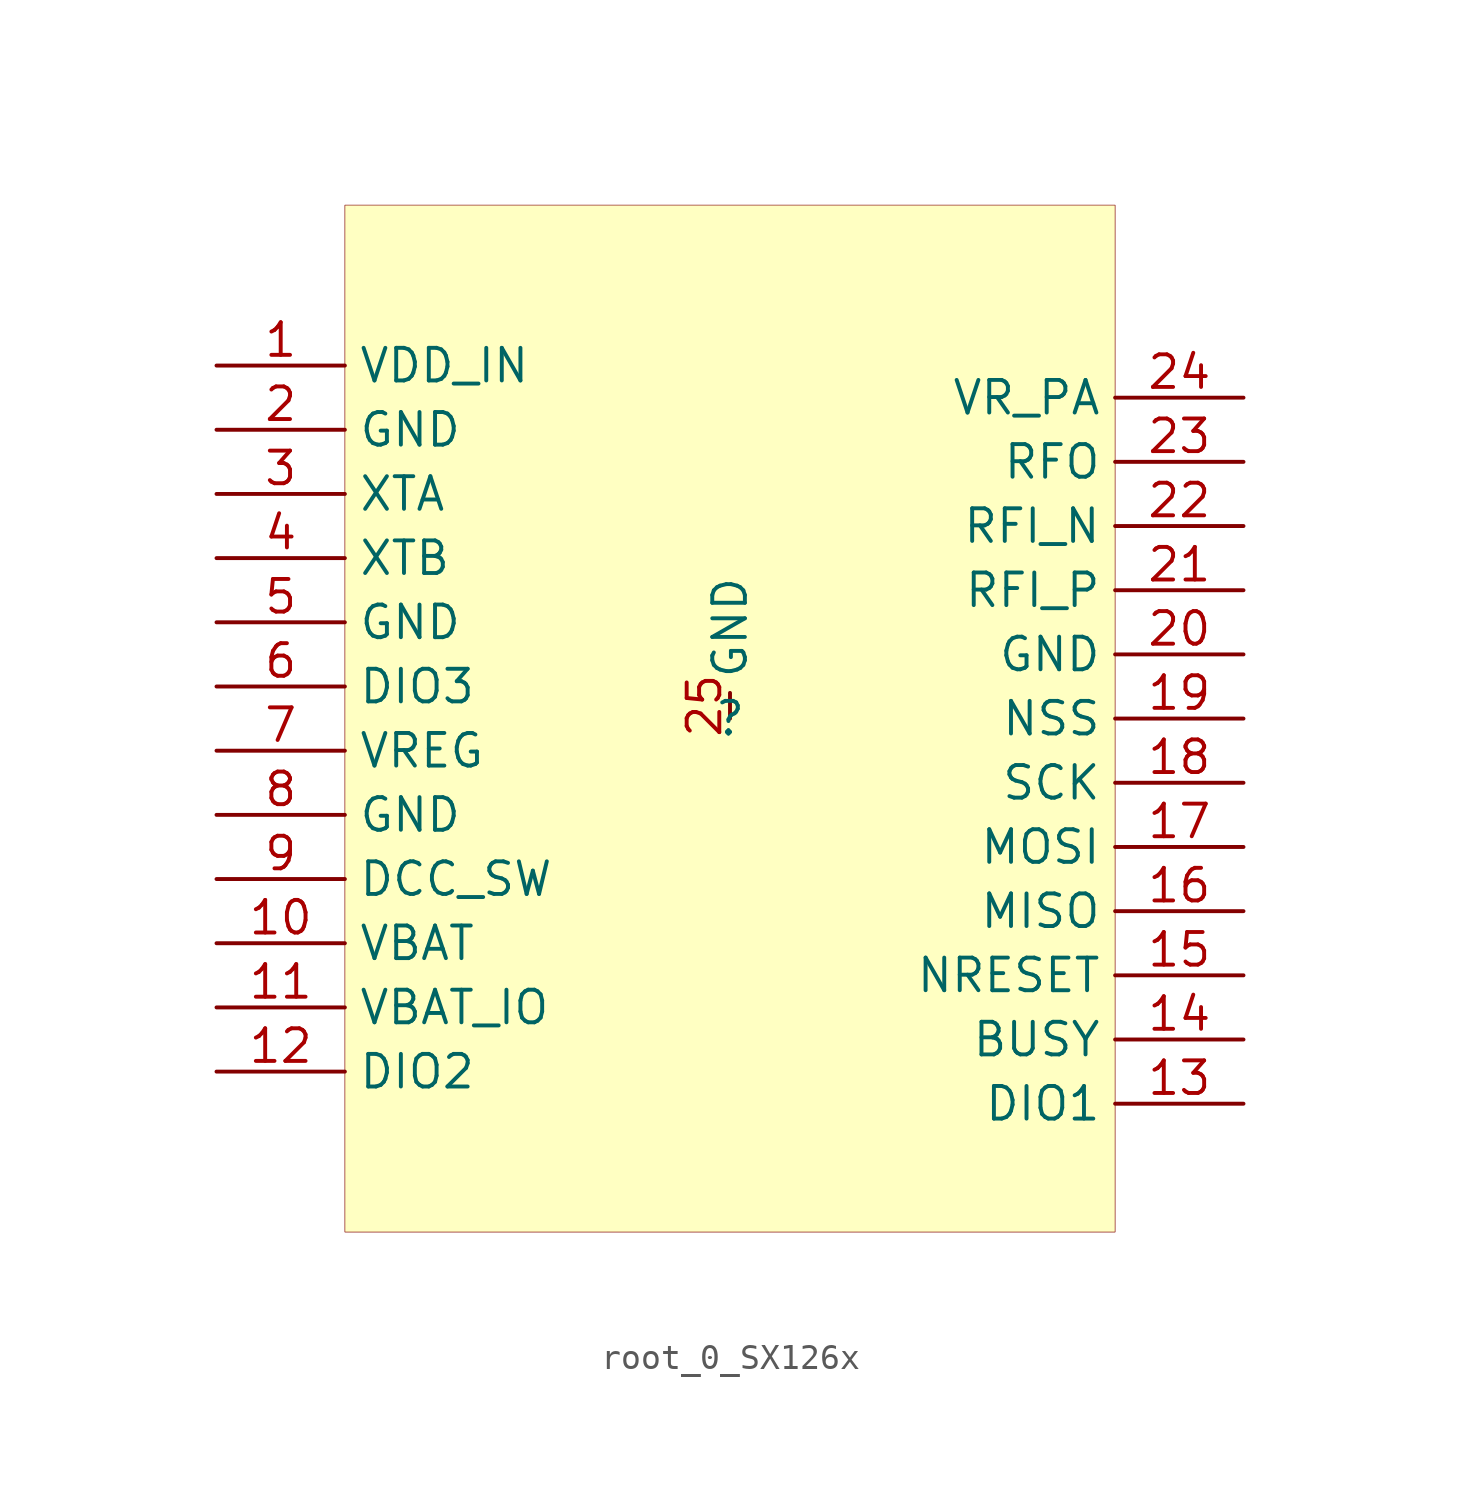
<source format=kicad_sym>
(kicad_symbol_lib
  (version 20231120)
  (generator "kicad_symbol_editor")
  (generator_version "8.0")
  (symbol "root_0_SX126x"
    (property "Reference" ""
      (at 0 0 0)
      (effects (font (size 1.27 1.27))))
    (property "Value" ""
      (at 0 0 0)
      (effects (font (size 1.27 1.27))))
    (symbol "root_0_SX126x_1_0"
      (rectangle (start 15 20) (end -15 -20) (stroke (width 0.025) (type solid) (color 128 0 0 1)) (fill (type background)))
      (pin power_in line (at -20 13.75 0) (length 5) (name "VDD_IN" (effects (font (size 1.27 1.27)))) (number "1" (effects (font (size 1.27 1.27)))))
      (pin power_in line (at -20 -8.75 0) (length 5) (name "VBAT" (effects (font (size 1.27 1.27)))) (number "10" (effects (font (size 1.27 1.27)))))
      (pin power_in line (at -20 -11.25 0) (length 5) (name "VBAT_IO" (effects (font (size 1.27 1.27)))) (number "11" (effects (font (size 1.27 1.27)))))
      (pin passive line (at -20 -13.75 0) (length 5) (name "DIO2" (effects (font (size 1.27 1.27)))) (number "12" (effects (font (size 1.27 1.27)))))
      (pin passive line (at 20 -15 180) (length 5) (name "DIO1" (effects (font (size 1.27 1.27)))) (number "13" (effects (font (size 1.27 1.27)))))
      (pin passive line (at 20 -12.5 180) (length 5) (name "BUSY" (effects (font (size 1.27 1.27)))) (number "14" (effects (font (size 1.27 1.27)))))
      (pin passive line (at 20 -10 180) (length 5) (name "NRESET" (effects (font (size 1.27 1.27)))) (number "15" (effects (font (size 1.27 1.27)))))
      (pin passive line (at 20 -7.5 180) (length 5) (name "MISO" (effects (font (size 1.27 1.27)))) (number "16" (effects (font (size 1.27 1.27)))))
      (pin passive line (at 20 -5 180) (length 5) (name "MOSI" (effects (font (size 1.27 1.27)))) (number "17" (effects (font (size 1.27 1.27)))))
      (pin passive line (at 20 -2.5 180) (length 5) (name "SCK" (effects (font (size 1.27 1.27)))) (number "18" (effects (font (size 1.27 1.27)))))
      (pin passive line (at 20 0 180) (length 5) (name "NSS" (effects (font (size 1.27 1.27)))) (number "19" (effects (font (size 1.27 1.27)))))
      (pin passive line (at -20 11.25 0) (length 5) (name "GND" (effects (font (size 1.27 1.27)))) (number "2" (effects (font (size 1.27 1.27)))))
      (pin passive line (at 20 2.5 180) (length 5) (name "GND" (effects (font (size 1.27 1.27)))) (number "20" (effects (font (size 1.27 1.27)))))
      (pin passive line (at 20 5 180) (length 5) (name "RFI_P" (effects (font (size 1.27 1.27)))) (number "21" (effects (font (size 1.27 1.27)))))
      (pin passive line (at 20 7.5 180) (length 5) (name "RFI_N" (effects (font (size 1.27 1.27)))) (number "22" (effects (font (size 1.27 1.27)))))
      (pin passive line (at 20 10 180) (length 5) (name "RFO" (effects (font (size 1.27 1.27)))) (number "23" (effects (font (size 1.27 1.27)))))
      (pin power_in line (at 20 12.5 180) (length 5) (name "VR_PA" (effects (font (size 1.27 1.27)))) (number "24" (effects (font (size 1.27 1.27)))))
      (pin passive line (at 0 0 90) (length 1) (name "GND" (effects (font (size 1.27 1.27)))) (number "25" (effects (font (size 1.27 1.27)))))
      (pin passive line (at -20 8.75 0) (length 5) (name "XTA" (effects (font (size 1.27 1.27)))) (number "3" (effects (font (size 1.27 1.27)))))
      (pin passive line (at -20 6.25 0) (length 5) (name "XTB" (effects (font (size 1.27 1.27)))) (number "4" (effects (font (size 1.27 1.27)))))
      (pin passive line (at -20 3.75 0) (length 5) (name "GND" (effects (font (size 1.27 1.27)))) (number "5" (effects (font (size 1.27 1.27)))))
      (pin passive line (at -20 1.25 0) (length 5) (name "DIO3" (effects (font (size 1.27 1.27)))) (number "6" (effects (font (size 1.27 1.27)))))
      (pin power_in line (at -20 -1.25 0) (length 5) (name "VREG" (effects (font (size 1.27 1.27)))) (number "7" (effects (font (size 1.27 1.27)))))
      (pin passive line (at -20 -3.75 0) (length 5) (name "GND" (effects (font (size 1.27 1.27)))) (number "8" (effects (font (size 1.27 1.27)))))
      (pin power_in line (at -20 -6.25 0) (length 5) (name "DCC_SW" (effects (font (size 1.27 1.27)))) (number "9" (effects (font (size 1.27 1.27))))))))
</source>
